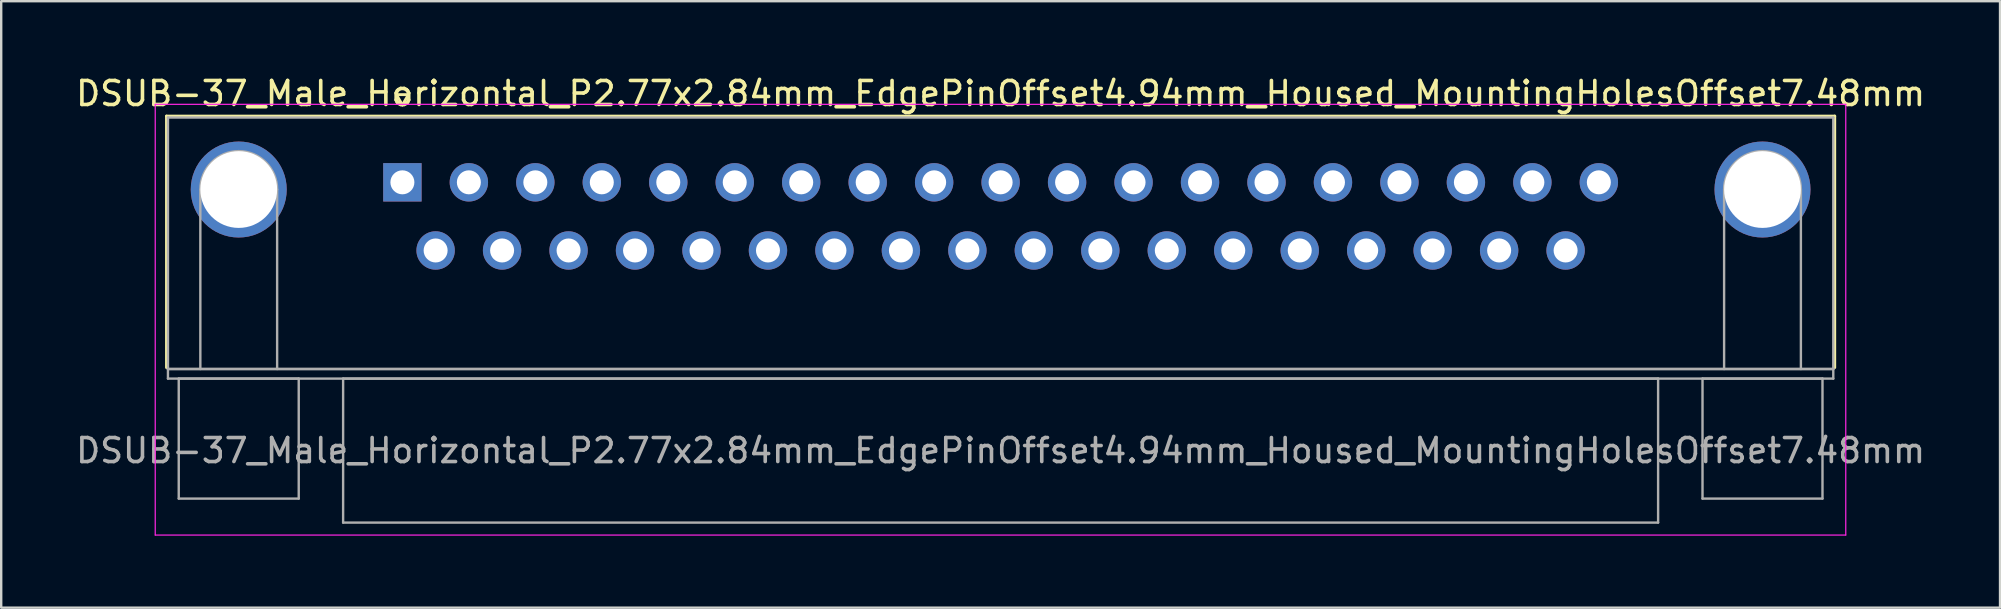
<source format=kicad_pcb>
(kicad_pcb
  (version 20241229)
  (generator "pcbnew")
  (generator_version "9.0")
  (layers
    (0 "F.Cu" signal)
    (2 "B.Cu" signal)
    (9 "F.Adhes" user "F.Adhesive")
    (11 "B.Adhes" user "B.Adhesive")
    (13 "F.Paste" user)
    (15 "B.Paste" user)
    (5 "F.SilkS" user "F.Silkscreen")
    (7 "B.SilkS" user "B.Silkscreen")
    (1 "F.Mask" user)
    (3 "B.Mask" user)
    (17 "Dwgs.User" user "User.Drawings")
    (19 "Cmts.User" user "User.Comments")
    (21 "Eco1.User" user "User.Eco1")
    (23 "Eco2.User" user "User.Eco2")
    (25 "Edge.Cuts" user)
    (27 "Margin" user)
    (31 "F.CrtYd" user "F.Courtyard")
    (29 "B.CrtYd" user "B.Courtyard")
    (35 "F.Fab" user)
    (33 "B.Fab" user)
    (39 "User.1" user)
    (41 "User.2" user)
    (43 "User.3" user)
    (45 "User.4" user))
  (footprint "DSUB-37_Male_Horizontal_P2.77x2.84mm_EdgePinOffset4.94mm_Housed_MountingHolesOffset7.48mm"
    (layer "F.Cu")
    (at 13.719 4.548)
    (property "Reference" "DSUB-37_Male_Horizontal_P2.77x2.84mm_EdgePinOffset4.94mm_Housed_MountingHolesOffset7.48mm" (at 24.93 -3.7 0) (layer "F.SilkS") (effects (font (size 1 1) (thickness 0.15))))
    (attr through_hole)
    (fp_line (start -9.83 -2.76) (end 59.69 -2.76) (stroke (width 0.12) (type solid)) (layer "F.SilkS"))
    (fp_line (start -9.83 7.72) (end -9.83 -2.76) (stroke (width 0.12) (type solid)) (layer "F.SilkS"))
    (fp_line (start -0.25 -3.654) (end 0.25 -3.654) (stroke (width 0.12) (type solid)) (layer "F.SilkS"))
    (fp_line (start 0 -3.221) (end -0.25 -3.654) (stroke (width 0.12) (type solid)) (layer "F.SilkS"))
    (fp_line (start 0.25 -3.654) (end 0 -3.221) (stroke (width 0.12) (type solid)) (layer "F.SilkS"))
    (fp_line (start 59.69 -2.76) (end 59.69 7.72) (stroke (width 0.12) (type solid)) (layer "F.SilkS"))
    (fp_line (start -10.3 -3.25) (end -10.3 14.7) (stroke (width 0.05) (type solid)) (layer "F.CrtYd"))
    (fp_line (start -10.3 14.7) (end 60.15 14.7) (stroke (width 0.05) (type solid)) (layer "F.CrtYd"))
    (fp_line (start 60.15 -3.25) (end -10.3 -3.25) (stroke (width 0.05) (type solid)) (layer "F.CrtYd"))
    (fp_line (start 60.15 14.7) (end 60.15 -3.25) (stroke (width 0.05) (type solid)) (layer "F.CrtYd"))
    (fp_line (start -9.77 -2.7) (end -9.77 7.78) (stroke (width 0.1) (type solid)) (layer "F.Fab"))
    (fp_line (start -9.77 7.78) (end -9.77 8.18) (stroke (width 0.1) (type solid)) (layer "F.Fab"))
    (fp_line (start -9.77 7.78) (end 59.63 7.78) (stroke (width 0.1) (type solid)) (layer "F.Fab"))
    (fp_line (start -9.77 8.18) (end 59.63 8.18) (stroke (width 0.1) (type solid)) (layer "F.Fab"))
    (fp_line (start -9.32 8.18) (end -9.32 13.18) (stroke (width 0.1) (type solid)) (layer "F.Fab"))
    (fp_line (start -9.32 13.18) (end -4.32 13.18) (stroke (width 0.1) (type solid)) (layer "F.Fab"))
    (fp_line (start -8.42 7.78) (end -8.42 0.3) (stroke (width 0.1) (type solid)) (layer "F.Fab"))
    (fp_line (start -5.22 7.78) (end -5.22 0.3) (stroke (width 0.1) (type solid)) (layer "F.Fab"))
    (fp_line (start -4.32 8.18) (end -9.32 8.18) (stroke (width 0.1) (type solid)) (layer "F.Fab"))
    (fp_line (start -4.32 13.18) (end -4.32 8.18) (stroke (width 0.1) (type solid)) (layer "F.Fab"))
    (fp_line (start -2.47 8.18) (end -2.47 14.18) (stroke (width 0.1) (type solid)) (layer "F.Fab"))
    (fp_line (start -2.47 14.18) (end 52.33 14.18) (stroke (width 0.1) (type solid)) (layer "F.Fab"))
    (fp_line (start 52.33 8.18) (end -2.47 8.18) (stroke (width 0.1) (type solid)) (layer "F.Fab"))
    (fp_line (start 52.33 14.18) (end 52.33 8.18) (stroke (width 0.1) (type solid)) (layer "F.Fab"))
    (fp_line (start 54.18 8.18) (end 54.18 13.18) (stroke (width 0.1) (type solid)) (layer "F.Fab"))
    (fp_line (start 54.18 13.18) (end 59.18 13.18) (stroke (width 0.1) (type solid)) (layer "F.Fab"))
    (fp_line (start 55.08 7.78) (end 55.08 0.3) (stroke (width 0.1) (type solid)) (layer "F.Fab"))
    (fp_line (start 58.28 7.78) (end 58.28 0.3) (stroke (width 0.1) (type solid)) (layer "F.Fab"))
    (fp_line (start 59.18 8.18) (end 54.18 8.18) (stroke (width 0.1) (type solid)) (layer "F.Fab"))
    (fp_line (start 59.18 13.18) (end 59.18 8.18) (stroke (width 0.1) (type solid)) (layer "F.Fab"))
    (fp_line (start 59.63 -2.7) (end -9.77 -2.7) (stroke (width 0.1) (type solid)) (layer "F.Fab"))
    (fp_line (start 59.63 7.78) (end -9.77 7.78) (stroke (width 0.1) (type solid)) (layer "F.Fab"))
    (fp_line (start 59.63 7.78) (end 59.63 -2.7) (stroke (width 0.1) (type solid)) (layer "F.Fab"))
    (fp_line (start 59.63 8.18) (end 59.63 7.78) (stroke (width 0.1) (type solid)) (layer "F.Fab"))
    (fp_arc (start -8.42 0.3) (mid -6.82 -1.3) (end -5.22 0.3) (stroke (width 0.1) (type solid)) (layer "F.Fab"))
    (fp_arc (start 55.08 0.3) (mid 56.68 -1.3) (end 58.28 0.3) (stroke (width 0.1) (type solid)) (layer "F.Fab"))
    (fp_text user "${REFERENCE}" (at 24.93 11.18 0) (layer "F.Fab") (effects (font (size 1 1) (thickness 0.15))))
    (pad "0" thru_hole circle (at -6.82 0.3) (size 4 4) (drill 3.2) (layers "*.Cu" "*.Mask"))
    (pad "0" thru_hole circle (at 56.68 0.3) (size 4 4) (drill 3.2) (layers "*.Cu" "*.Mask"))
    (pad "1" thru_hole rect (at 0 0) (size 1.6 1.6) (drill 1) (layers "*.Cu" "*.Mask"))
    (pad "2" thru_hole circle (at 2.77 0) (size 1.6 1.6) (drill 1) (layers "*.Cu" "*.Mask"))
    (pad "3" thru_hole circle (at 5.54 0) (size 1.6 1.6) (drill 1) (layers "*.Cu" "*.Mask"))
    (pad "4" thru_hole circle (at 8.31 0) (size 1.6 1.6) (drill 1) (layers "*.Cu" "*.Mask"))
    (pad "5" thru_hole circle (at 11.08 0) (size 1.6 1.6) (drill 1) (layers "*.Cu" "*.Mask"))
    (pad "6" thru_hole circle (at 13.85 0) (size 1.6 1.6) (drill 1) (layers "*.Cu" "*.Mask"))
    (pad "7" thru_hole circle (at 16.62 0) (size 1.6 1.6) (drill 1) (layers "*.Cu" "*.Mask"))
    (pad "8" thru_hole circle (at 19.39 0) (size 1.6 1.6) (drill 1) (layers "*.Cu" "*.Mask"))
    (pad "9" thru_hole circle (at 22.16 0) (size 1.6 1.6) (drill 1) (layers "*.Cu" "*.Mask"))
    (pad "10" thru_hole circle (at 24.93 0) (size 1.6 1.6) (drill 1) (layers "*.Cu" "*.Mask"))
    (pad "11" thru_hole circle (at 27.7 0) (size 1.6 1.6) (drill 1) (layers "*.Cu" "*.Mask"))
    (pad "12" thru_hole circle (at 30.47 0) (size 1.6 1.6) (drill 1) (layers "*.Cu" "*.Mask"))
    (pad "13" thru_hole circle (at 33.24 0) (size 1.6 1.6) (drill 1) (layers "*.Cu" "*.Mask"))
    (pad "14" thru_hole circle (at 36.01 0) (size 1.6 1.6) (drill 1) (layers "*.Cu" "*.Mask"))
    (pad "15" thru_hole circle (at 38.78 0) (size 1.6 1.6) (drill 1) (layers "*.Cu" "*.Mask"))
    (pad "16" thru_hole circle (at 41.55 0) (size 1.6 1.6) (drill 1) (layers "*.Cu" "*.Mask"))
    (pad "17" thru_hole circle (at 44.32 0) (size 1.6 1.6) (drill 1) (layers "*.Cu" "*.Mask"))
    (pad "18" thru_hole circle (at 47.09 0) (size 1.6 1.6) (drill 1) (layers "*.Cu" "*.Mask"))
    (pad "19" thru_hole circle (at 49.86 0) (size 1.6 1.6) (drill 1) (layers "*.Cu" "*.Mask"))
    (pad "20" thru_hole circle (at 1.385 2.84) (size 1.6 1.6) (drill 1) (layers "*.Cu" "*.Mask"))
    (pad "21" thru_hole circle (at 4.155 2.84) (size 1.6 1.6) (drill 1) (layers "*.Cu" "*.Mask"))
    (pad "22" thru_hole circle (at 6.925 2.84) (size 1.6 1.6) (drill 1) (layers "*.Cu" "*.Mask"))
    (pad "23" thru_hole circle (at 9.695 2.84) (size 1.6 1.6) (drill 1) (layers "*.Cu" "*.Mask"))
    (pad "24" thru_hole circle (at 12.465 2.84) (size 1.6 1.6) (drill 1) (layers "*.Cu" "*.Mask"))
    (pad "25" thru_hole circle (at 15.235 2.84) (size 1.6 1.6) (drill 1) (layers "*.Cu" "*.Mask"))
    (pad "26" thru_hole circle (at 18.005 2.84) (size 1.6 1.6) (drill 1) (layers "*.Cu" "*.Mask"))
    (pad "27" thru_hole circle (at 20.775 2.84) (size 1.6 1.6) (drill 1) (layers "*.Cu" "*.Mask"))
    (pad "28" thru_hole circle (at 23.545 2.84) (size 1.6 1.6) (drill 1) (layers "*.Cu" "*.Mask"))
    (pad "29" thru_hole circle (at 26.315 2.84) (size 1.6 1.6) (drill 1) (layers "*.Cu" "*.Mask"))
    (pad "30" thru_hole circle (at 29.085 2.84) (size 1.6 1.6) (drill 1) (layers "*.Cu" "*.Mask"))
    (pad "31" thru_hole circle (at 31.855 2.84) (size 1.6 1.6) (drill 1) (layers "*.Cu" "*.Mask"))
    (pad "32" thru_hole circle (at 34.625 2.84) (size 1.6 1.6) (drill 1) (layers "*.Cu" "*.Mask"))
    (pad "33" thru_hole circle (at 37.395 2.84) (size 1.6 1.6) (drill 1) (layers "*.Cu" "*.Mask"))
    (pad "34" thru_hole circle (at 40.165 2.84) (size 1.6 1.6) (drill 1) (layers "*.Cu" "*.Mask"))
    (pad "35" thru_hole circle (at 42.935 2.84) (size 1.6 1.6) (drill 1) (layers "*.Cu" "*.Mask"))
    (pad "36" thru_hole circle (at 45.705 2.84) (size 1.6 1.6) (drill 1) (layers "*.Cu" "*.Mask"))
    (pad "37" thru_hole circle (at 48.475 2.84) (size 1.6 1.6) (drill 1) (layers "*.Cu" "*.Mask")))
  (gr_rect
    (start -3 -3)
    (end 80.298 22.273)
    (stroke (width 0.1) (type default))
    (fill no)
    (layer "Edge.Cuts")))
</source>
